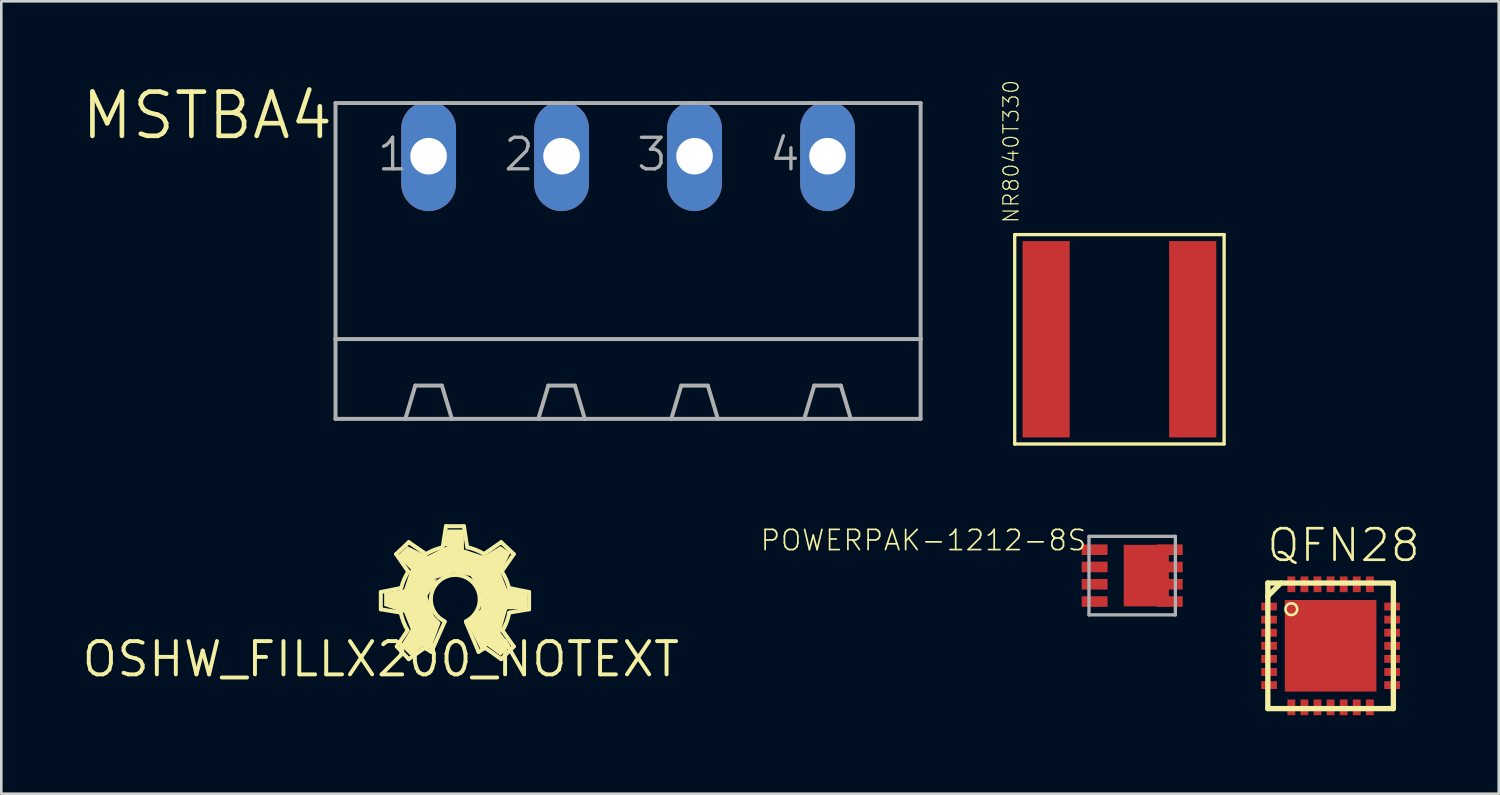
<source format=kicad_pcb>
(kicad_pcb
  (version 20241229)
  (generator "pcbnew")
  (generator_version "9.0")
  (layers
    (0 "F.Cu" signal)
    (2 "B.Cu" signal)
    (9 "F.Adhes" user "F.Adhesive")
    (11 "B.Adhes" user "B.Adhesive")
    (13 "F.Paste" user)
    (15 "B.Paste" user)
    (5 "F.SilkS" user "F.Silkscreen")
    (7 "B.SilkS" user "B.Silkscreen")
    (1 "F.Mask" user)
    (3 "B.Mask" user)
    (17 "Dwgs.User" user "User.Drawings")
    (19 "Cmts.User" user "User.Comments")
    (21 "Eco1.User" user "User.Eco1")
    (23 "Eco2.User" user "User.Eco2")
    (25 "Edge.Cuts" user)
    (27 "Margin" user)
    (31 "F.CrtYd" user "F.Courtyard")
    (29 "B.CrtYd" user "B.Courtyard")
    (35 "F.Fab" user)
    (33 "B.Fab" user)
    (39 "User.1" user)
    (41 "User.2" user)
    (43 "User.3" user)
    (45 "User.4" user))
  (footprint "NR8040T330"
    (layer "F.Cu")
    (at 39.713 9.911)
    (property "Reference" "NR8040T330" (at -3.8 -4.4 270) (layer "F.SilkS") (effects (font (size 0.579 0.579) (thickness 0.046)) (justify left bottom)))
    (attr through_hole)
    (fp_line (start -4 -4) (end 4 -4) (stroke (width 0.127) (type solid)) (layer "F.SilkS"))
    (fp_line (start -4 4) (end -4 -4) (stroke (width 0.127) (type solid)) (layer "F.SilkS"))
    (fp_line (start 4 -4) (end 4 4) (stroke (width 0.127) (type solid)) (layer "F.SilkS"))
    (fp_line (start 4 4) (end -4 4) (stroke (width 0.127) (type solid)) (layer "F.SilkS"))
    (pad "P$1" smd rect (at 2.8 0) (size 1.8 7.5) (layers "F.Cu" "F.Mask" "F.Paste"))
    (pad "P$2" smd rect (at -2.8 0) (size 1.8 7.5) (layers "F.Cu" "F.Mask" "F.Paste")))
  (footprint "MSTBA4"
    (layer "F.Cu")
    (at 20.943 7.998)
    (property "Reference" "MSTBA4" (at -11.176 -7.62 0) (layer "F.SilkS") (effects (font (size 1.689 1.689) (thickness 0.178)) (justify right top)))
    (attr through_hole)
    (fp_line (start -11.176 -7.112) (end -11.176 1.905) (stroke (width 0.152) (type solid)) (layer "F.Fab"))
    (fp_line (start -11.176 -7.112) (end -8.255 -7.112) (stroke (width 0.152) (type solid)) (layer "F.Fab"))
    (fp_line (start -11.176 1.905) (end -11.176 4.953) (stroke (width 0.152) (type solid)) (layer "F.Fab"))
    (fp_line (start -11.176 1.905) (end 11.176 1.905) (stroke (width 0.152) (type solid)) (layer "F.Fab"))
    (fp_line (start -11.176 4.953) (end -8.509 4.953) (stroke (width 0.152) (type solid)) (layer "F.Fab"))
    (fp_line (start -8.509 4.953) (end -8.128 3.683) (stroke (width 0.152) (type solid)) (layer "F.Fab"))
    (fp_line (start -8.509 4.953) (end -6.731 4.953) (stroke (width 0.152) (type solid)) (layer "F.Fab"))
    (fp_line (start -8.255 -7.112) (end -6.985 -7.112) (stroke (width 0.152) (type solid)) (layer "F.Fab"))
    (fp_line (start -7.112 3.683) (end -8.128 3.683) (stroke (width 0.152) (type solid)) (layer "F.Fab"))
    (fp_line (start -6.985 -7.112) (end -3.175 -7.112) (stroke (width 0.152) (type solid)) (layer "F.Fab"))
    (fp_line (start -6.731 4.953) (end -7.112 3.683) (stroke (width 0.152) (type solid)) (layer "F.Fab"))
    (fp_line (start -6.731 4.953) (end -3.429 4.953) (stroke (width 0.152) (type solid)) (layer "F.Fab"))
    (fp_line (start -3.429 4.953) (end -3.048 3.683) (stroke (width 0.152) (type solid)) (layer "F.Fab"))
    (fp_line (start -3.429 4.953) (end -1.651 4.953) (stroke (width 0.152) (type solid)) (layer "F.Fab"))
    (fp_line (start -3.175 -7.112) (end -1.905 -7.112) (stroke (width 0.152) (type solid)) (layer "F.Fab"))
    (fp_line (start -3.048 3.683) (end -2.032 3.683) (stroke (width 0.152) (type solid)) (layer "F.Fab"))
    (fp_line (start -1.905 -7.112) (end 1.905 -7.112) (stroke (width 0.152) (type solid)) (layer "F.Fab"))
    (fp_line (start -1.651 4.953) (end -2.032 3.683) (stroke (width 0.152) (type solid)) (layer "F.Fab"))
    (fp_line (start -1.651 4.953) (end 1.651 4.953) (stroke (width 0.152) (type solid)) (layer "F.Fab"))
    (fp_line (start 1.651 4.953) (end 2.032 3.683) (stroke (width 0.152) (type solid)) (layer "F.Fab"))
    (fp_line (start 1.651 4.953) (end 3.429 4.953) (stroke (width 0.152) (type solid)) (layer "F.Fab"))
    (fp_line (start 1.905 -7.112) (end 3.175 -7.112) (stroke (width 0.152) (type solid)) (layer "F.Fab"))
    (fp_line (start 2.032 3.683) (end 3.048 3.683) (stroke (width 0.152) (type solid)) (layer "F.Fab"))
    (fp_line (start 3.175 -7.112) (end 6.985 -7.112) (stroke (width 0.152) (type solid)) (layer "F.Fab"))
    (fp_line (start 3.429 4.953) (end 3.048 3.683) (stroke (width 0.152) (type solid)) (layer "F.Fab"))
    (fp_line (start 3.429 4.953) (end 6.731 4.953) (stroke (width 0.152) (type solid)) (layer "F.Fab"))
    (fp_line (start 6.731 4.953) (end 7.112 3.683) (stroke (width 0.152) (type solid)) (layer "F.Fab"))
    (fp_line (start 6.731 4.953) (end 8.509 4.953) (stroke (width 0.152) (type solid)) (layer "F.Fab"))
    (fp_line (start 6.985 -7.112) (end 8.255 -7.112) (stroke (width 0.152) (type solid)) (layer "F.Fab"))
    (fp_line (start 7.112 3.683) (end 8.128 3.683) (stroke (width 0.152) (type solid)) (layer "F.Fab"))
    (fp_line (start 8.255 -7.112) (end 11.176 -7.112) (stroke (width 0.152) (type solid)) (layer "F.Fab"))
    (fp_line (start 8.509 4.953) (end 8.128 3.683) (stroke (width 0.152) (type solid)) (layer "F.Fab"))
    (fp_line (start 8.509 4.953) (end 11.176 4.953) (stroke (width 0.152) (type solid)) (layer "F.Fab"))
    (fp_line (start 11.176 -7.112) (end 11.176 1.905) (stroke (width 0.152) (type solid)) (layer "F.Fab"))
    (fp_line (start 11.176 1.905) (end 11.176 4.953) (stroke (width 0.152) (type solid)) (layer "F.Fab"))
    (fp_text user "1" (at -9.652 -4.445 0) (layer "F.Fab") (effects (font (size 1.206 1.206) (thickness 0.127)) (justify left bottom)))
    (fp_text user "4" (at 5.334 -4.445 0) (layer "F.Fab") (effects (font (size 1.206 1.206) (thickness 0.127)) (justify left bottom)))
    (fp_text user "3" (at 0.254 -4.445 0) (layer "F.Fab") (effects (font (size 1.206 1.206) (thickness 0.127)) (justify left bottom)))
    (fp_text user "2" (at -4.826 -4.445 0) (layer "F.Fab") (effects (font (size 1.206 1.206) (thickness 0.127)) (justify left bottom)))
    (pad "1" thru_hole oval (at -7.62 -5.08 90) (size 4.191 2.095) (drill 1.397) (layers "*.Cu" "*.Mask"))
    (pad "2" thru_hole oval (at -2.54 -5.08 90) (size 4.191 2.095) (drill 1.397) (layers "*.Cu" "*.Mask"))
    (pad "3" thru_hole oval (at 2.54 -5.08 90) (size 4.191 2.095) (drill 1.397) (layers "*.Cu" "*.Mask"))
    (pad "4" thru_hole oval (at 7.62 -5.08 90) (size 4.191 2.095) (drill 1.397) (layers "*.Cu" "*.Mask")))
  (footprint "QFN28"
    (layer "F.Cu")
    (at 47.781 21.621)
    (property "Reference" "QFN28" (at -2.5 -3.135 0) (layer "F.SilkS") (effects (font (size 1.206 1.206) (thickness 0.102)) (justify left bottom)))
    (attr through_hole)
    (fp_line (start -2.398 -2.398) (end -2.398 2.398) (stroke (width 0.203) (type solid)) (layer "F.SilkS"))
    (fp_line (start -2.398 -1.9) (end -1.9 -2.398) (stroke (width 0.203) (type solid)) (layer "F.SilkS"))
    (fp_line (start -2.398 2.398) (end 2.398 2.398) (stroke (width 0.203) (type solid)) (layer "F.SilkS"))
    (fp_line (start 2.398 -2.398) (end -2.398 -2.398) (stroke (width 0.203) (type solid)) (layer "F.SilkS"))
    (fp_line (start 2.398 2.398) (end 2.398 -2.398) (stroke (width 0.203) (type solid)) (layer "F.SilkS"))
    (fp_circle (center -1.5 -1.4) (end -1.276 -1.4) (stroke (width 0.1) (type solid)) (fill no) (layer "F.SilkS"))
    (pad "1" smd rect (at -2.35 -1.5) (size 0.6 0.3) (layers "F.Cu" "F.Mask" "F.Paste"))
    (pad "2" smd rect (at -2.35 -1) (size 0.6 0.3) (layers "F.Cu" "F.Mask" "F.Paste"))
    (pad "3" smd rect (at -2.35 -0.5) (size 0.6 0.3) (layers "F.Cu" "F.Mask" "F.Paste"))
    (pad "4" smd rect (at -2.35 0) (size 0.6 0.3) (layers "F.Cu" "F.Mask" "F.Paste"))
    (pad "5" smd rect (at -2.35 0.5) (size 0.6 0.3) (layers "F.Cu" "F.Mask" "F.Paste"))
    (pad "6" smd rect (at -2.35 1) (size 0.6 0.3) (layers "F.Cu" "F.Mask" "F.Paste"))
    (pad "7" smd rect (at -2.35 1.5) (size 0.6 0.3) (layers "F.Cu" "F.Mask" "F.Paste"))
    (pad "8" smd rect (at -1.5 2.35) (size 0.3 0.6) (layers "F.Cu" "F.Mask" "F.Paste"))
    (pad "9" smd rect (at -1 2.35) (size 0.3 0.6) (layers "F.Cu" "F.Mask" "F.Paste"))
    (pad "10" smd rect (at -0.5 2.35) (size 0.3 0.6) (layers "F.Cu" "F.Mask" "F.Paste"))
    (pad "11" smd rect (at 0 2.35) (size 0.3 0.6) (layers "F.Cu" "F.Mask" "F.Paste"))
    (pad "12" smd rect (at 0.5 2.35) (size 0.3 0.6) (layers "F.Cu" "F.Mask" "F.Paste"))
    (pad "13" smd rect (at 1 2.35) (size 0.3 0.6) (layers "F.Cu" "F.Mask" "F.Paste"))
    (pad "14" smd rect (at 1.5 2.35) (size 0.3 0.6) (layers "F.Cu" "F.Mask" "F.Paste"))
    (pad "15" smd rect (at 2.35 1.5) (size 0.6 0.3) (layers "F.Cu" "F.Mask" "F.Paste"))
    (pad "16" smd rect (at 2.35 1) (size 0.6 0.3) (layers "F.Cu" "F.Mask" "F.Paste"))
    (pad "17" smd rect (at 2.35 0.5) (size 0.6 0.3) (layers "F.Cu" "F.Mask" "F.Paste"))
    (pad "18" smd rect (at 2.35 0) (size 0.6 0.3) (layers "F.Cu" "F.Mask" "F.Paste"))
    (pad "19" smd rect (at 2.35 -0.5) (size 0.6 0.3) (layers "F.Cu" "F.Mask" "F.Paste"))
    (pad "20" smd rect (at 2.35 -1) (size 0.6 0.3) (layers "F.Cu" "F.Mask" "F.Paste"))
    (pad "21" smd rect (at 2.35 -1.5) (size 0.6 0.3) (layers "F.Cu" "F.Mask" "F.Paste"))
    (pad "22" smd rect (at 1.5 -2.35) (size 0.3 0.6) (layers "F.Cu" "F.Mask" "F.Paste"))
    (pad "23" smd rect (at 1 -2.35) (size 0.3 0.6) (layers "F.Cu" "F.Mask" "F.Paste"))
    (pad "24" smd rect (at 0.5 -2.35) (size 0.3 0.6) (layers "F.Cu" "F.Mask" "F.Paste"))
    (pad "25" smd rect (at 0 -2.35) (size 0.3 0.6) (layers "F.Cu" "F.Mask" "F.Paste"))
    (pad "26" smd rect (at -0.5 -2.35) (size 0.3 0.6) (layers "F.Cu" "F.Mask" "F.Paste"))
    (pad "27" smd rect (at -1 -2.35) (size 0.3 0.6) (layers "F.Cu" "F.Mask" "F.Paste"))
    (pad "28" smd rect (at -1.5 -2.35) (size 0.3 0.6) (layers "F.Cu" "F.Mask" "F.Paste"))
    (pad "29" smd rect (at 0 0) (size 3.5 3.5) (layers "F.Cu" "F.Mask" "F.Paste")))
  (footprint "OSHW_FILLX200_NOTEXT"
    (layer "F.Cu")
    (at 11.498 22.131)
    (property "Reference" "OSHW_FILLX200_NOTEXT" (at 0 0 0) (layer "F.SilkS") (effects (font (size 1.27 1.27) (thickness 0.15))))
    (attr through_hole)
    (fp_line (start 0 -2.565) (end 0.762 -2.718) (stroke (width 0.152) (type solid)) (layer "F.SilkS"))
    (fp_line (start 0 -1.905) (end 0 -2.565) (stroke (width 0.152) (type solid)) (layer "F.SilkS"))
    (fp_line (start 0.584 -4.013) (end 1.067 -4.47) (stroke (width 0.152) (type solid)) (layer "F.SilkS"))
    (fp_line (start 0.61 -0.483) (end 1.016 -1.092) (stroke (width 0.152) (type solid)) (layer "F.SilkS"))
    (fp_line (start 0.762 -1.778) (end 0 -1.905) (stroke (width 0.152) (type solid)) (layer "F.SilkS"))
    (fp_line (start 1.041 -3.353) (end 0.584 -4.013) (stroke (width 0.152) (type solid)) (layer "F.SilkS"))
    (fp_line (start 1.067 -4.47) (end 1.727 -4.013) (stroke (width 0.152) (type solid)) (layer "F.SilkS"))
    (fp_line (start 1.067 0) (end 0.61 -0.483) (stroke (width 0.152) (type solid)) (layer "F.SilkS"))
    (fp_line (start 1.676 -0.432) (end 1.067 0) (stroke (width 0.152) (type solid)) (layer "F.SilkS"))
    (fp_line (start 1.93 -0.279) (end 1.676 -0.432) (stroke (width 0.152) (type solid)) (layer "F.SilkS"))
    (fp_line (start 2.362 -4.267) (end 2.489 -5.08) (stroke (width 0.152) (type solid)) (layer "F.SilkS"))
    (fp_line (start 2.438 -1.422) (end 1.93 -0.279) (stroke (width 0.152) (type solid)) (layer "F.SilkS"))
    (fp_line (start 2.489 -5.08) (end 3.175 -5.08) (stroke (width 0.152) (type solid)) (layer "F.SilkS"))
    (fp_line (start 3.175 -5.08) (end 3.302 -4.267) (stroke (width 0.152) (type solid)) (layer "F.SilkS"))
    (fp_line (start 3.734 -0.279) (end 3.251 -1.422) (stroke (width 0.152) (type solid)) (layer "F.SilkS"))
    (fp_line (start 3.937 -4.013) (end 4.597 -4.47) (stroke (width 0.152) (type solid)) (layer "F.SilkS"))
    (fp_line (start 3.988 -0.432) (end 3.734 -0.279) (stroke (width 0.152) (type solid)) (layer "F.SilkS"))
    (fp_line (start 4.597 -4.47) (end 5.08 -4.013) (stroke (width 0.152) (type solid)) (layer "F.SilkS"))
    (fp_line (start 4.597 0) (end 3.988 -0.432) (stroke (width 0.152) (type solid)) (layer "F.SilkS"))
    (fp_line (start 4.648 -1.092) (end 5.08 -0.483) (stroke (width 0.152) (type solid)) (layer "F.SilkS"))
    (fp_line (start 4.902 -2.718) (end 5.664 -2.565) (stroke (width 0.152) (type solid)) (layer "F.SilkS"))
    (fp_line (start 5.08 -4.013) (end 4.623 -3.353) (stroke (width 0.152) (type solid)) (layer "F.SilkS"))
    (fp_line (start 5.08 -0.483) (end 4.597 0) (stroke (width 0.152) (type solid)) (layer "F.SilkS"))
    (fp_line (start 5.664 -2.565) (end 5.664 -1.905) (stroke (width 0.152) (type solid)) (layer "F.SilkS"))
    (fp_line (start 5.664 -1.905) (end 4.902 -1.778) (stroke (width 0.152) (type solid)) (layer "F.SilkS"))
    (fp_arc (start 0.7779 -2.7179) (mid 0.885744 -3.039218) (end 1.0435 -3.3392) (stroke (width 0.1524) (type solid)) (layer "F.SilkS"))
    (fp_arc (start 1.0245 -1.1004) (mid 0.865117 -1.425978) (end 0.7637 -1.774) (stroke (width 0.1524) (type solid)) (layer "F.SilkS"))
    (fp_arc (start 1.736 -4.0223) (mid 2.029987 -4.16927) (end 2.3432 -4.2689) (stroke (width 0.1524) (type solid)) (layer "F.SilkS"))
    (fp_arc (start 2.4384 -1.4478) (mid 2.8448 -3.217524) (end 3.251199 -1.4478) (stroke (width 0.1524) (type solid)) (layer "F.SilkS"))
    (fp_arc (start 3.3155 -4.2736) (mid 3.64128 -4.170999) (end 3.9464 -4.0175) (stroke (width 0.1524) (type solid)) (layer "F.SilkS"))
    (fp_arc (start 4.6199 -3.3487) (mid 4.786428 -3.045111) (end 4.8997 -2.7179) (stroke (width 0.1524) (type solid)) (layer "F.SilkS"))
    (fp_arc (start 4.9045 -1.7692) (mid 4.806636 -1.418653) (end 4.6484 -1.0909) (stroke (width 0.1524) (type solid)) (layer "F.SilkS"))
    (fp_poly (pts (xy 1.651 -0.508) (xy 1.143 -0.127) (xy 0.762 -0.508) (xy 1.143 -1.143) (xy 0.889 -1.778) (xy 0.127 -2.032) (xy 0.127 -1.905) (xy 0.127 -2.54) (xy 0.889 -2.667) (xy 1.143 -3.429) (xy 0.635 -3.937) (xy 1.016 -4.318) (xy 1.778 -3.937) (xy 2.54 -4.318) (xy 2.413 -4.318) (xy 2.54 -4.953) (xy 3.175 -4.953) (xy 3.175 -4.191) (xy 3.937 -3.937) (xy 4.572 -4.318) (xy 4.953 -4.064) (xy 4.572 -3.302) (xy 4.826 -2.667) (xy 5.588 -2.54) (xy 5.588 -1.905) (xy 4.826 -1.905) (xy 4.572 -1.016) (xy 4.953 -0.508) (xy 4.572 -0.127) (xy 4.064 -0.508) (xy 3.81 -0.381) (xy 3.302 -1.397) (xy 3.81 -1.905) (xy 3.81 -2.54) (xy 3.429 -3.175) (xy 2.794 -3.302) (xy 2.032 -3.048) (xy 2.159 -3.048) (xy 1.778 -2.413) (xy 2.032 -1.651) (xy 2.286 -1.397) (xy 1.905 -0.381)) (stroke (width 0) (type solid)) (fill yes) (layer "F.SilkS")))
  (footprint "POWERPAK-1212-8S"
    (layer "F.Cu")
    (at 40.201 18.939)
    (property "Reference" "POWERPAK-1212-8S" (at -1.7 -1.8 0) (layer "F.SilkS") (effects (font (size 0.772 0.772) (thickness 0.065)) (justify right top)))
    (attr through_hole)
    (fp_line (start -1.65 -1.5) (end 1.65 -1.5) (stroke (width 0.127) (type solid)) (layer "F.Fab"))
    (fp_line (start -1.65 1.5) (end -1.65 -1.5) (stroke (width 0.127) (type solid)) (layer "F.Fab"))
    (fp_line (start 1.65 -1.5) (end 1.65 1.5) (stroke (width 0.127) (type solid)) (layer "F.Fab"))
    (fp_line (start 1.65 1.5) (end -1.65 1.5) (stroke (width 0.127) (type solid)) (layer "F.Fab"))
    (pad "D1" smd rect (at 1.435 -0.99 270) (size 0.405 0.99) (layers "F.Cu" "F.Mask" "F.Paste"))
    (pad "D2" smd rect (at 1.435 -0.33 270) (size 0.405 0.99) (layers "F.Cu" "F.Mask" "F.Paste"))
    (pad "D3" smd rect (at 1.435 0.33 270) (size 0.405 0.99) (layers "F.Cu" "F.Mask" "F.Paste"))
    (pad "D4" smd rect (at 1.435 0.99 270) (size 0.405 0.99) (layers "F.Cu" "F.Mask" "F.Paste"))
    (pad "D5" smd rect (at 0.54 0 270) (size 2.35 1.725) (layers "F.Cu" "F.Mask" "F.Paste"))
    (pad "G" smd rect (at -1.435 0.99 270) (size 0.405 0.99) (layers "F.Cu" "F.Mask" "F.Paste"))
    (pad "S1" smd rect (at -1.435 -0.99 270) (size 0.405 0.99) (layers "F.Cu" "F.Mask" "F.Paste"))
    (pad "S2" smd rect (at -1.435 -0.33 270) (size 0.405 0.99) (layers "F.Cu" "F.Mask" "F.Paste"))
    (pad "S3" smd rect (at -1.435 0.33 270) (size 0.405 0.99) (layers "F.Cu" "F.Mask" "F.Paste")))
  (gr_rect
    (start -3 -3)
    (end 54.205 27.271)
    (stroke (width 0.1) (type default))
    (fill no)
    (layer "Edge.Cuts")))
</source>
